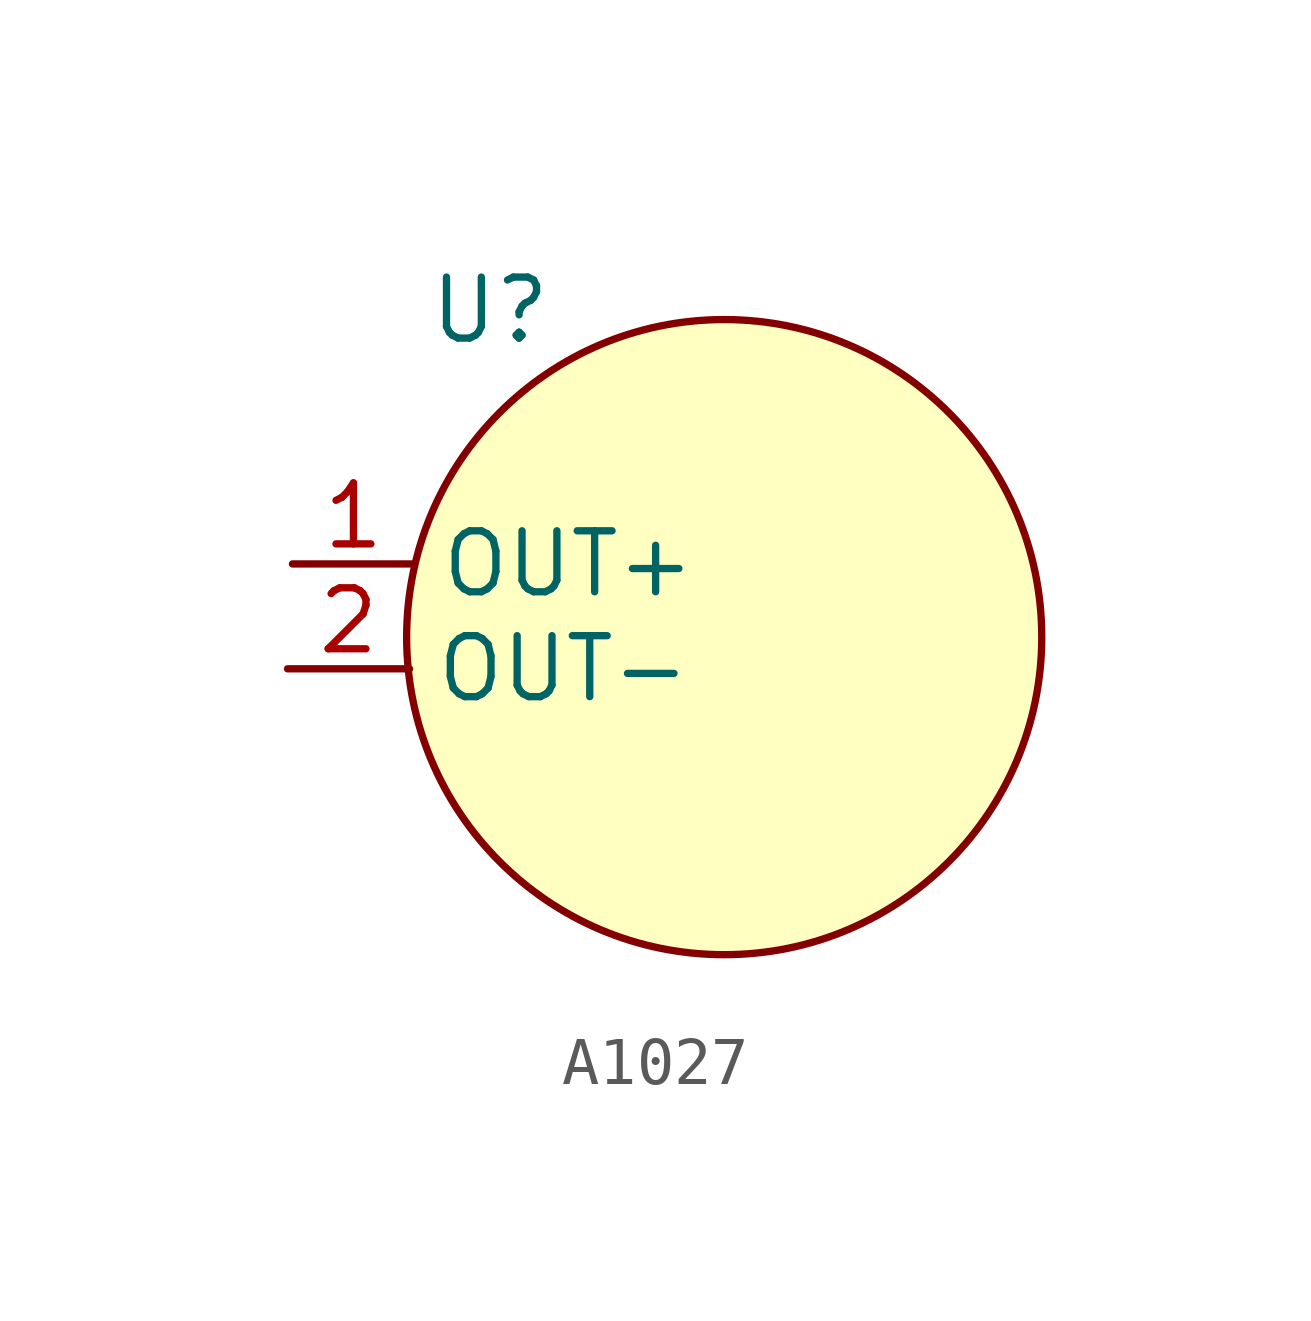
<source format=kicad_sym>
(kicad_symbol_lib
  (version 20220914)
  (generator kicad_symbol_editor)
  (symbol "A1027"
    (property "Reference" "U"
      (at -4.978 6.299 0)
      (effects (font (size 1.27 1.27))))
    (property "Value" ""
      (at 0 0 0)
      (effects (font (size 1.27 1.27))))
    (symbol "A1027_1_1"
      (circle (center -0.102 -0.508) (radius 6.613) (stroke (width 0) (type default)) (fill (type background)))
      (pin input line (at -9.093 1.016 0) (length 2.54) (name "OUT+" (effects (font (size 1.27 1.27)))) (number "1" (effects (font (size 1.27 1.27)))))
      (pin input line (at -9.195 -1.168 0) (length 2.54) (name "OUT-" (effects (font (size 1.27 1.27)))) (number "2" (effects (font (size 1.27 1.27))))))))
</source>
